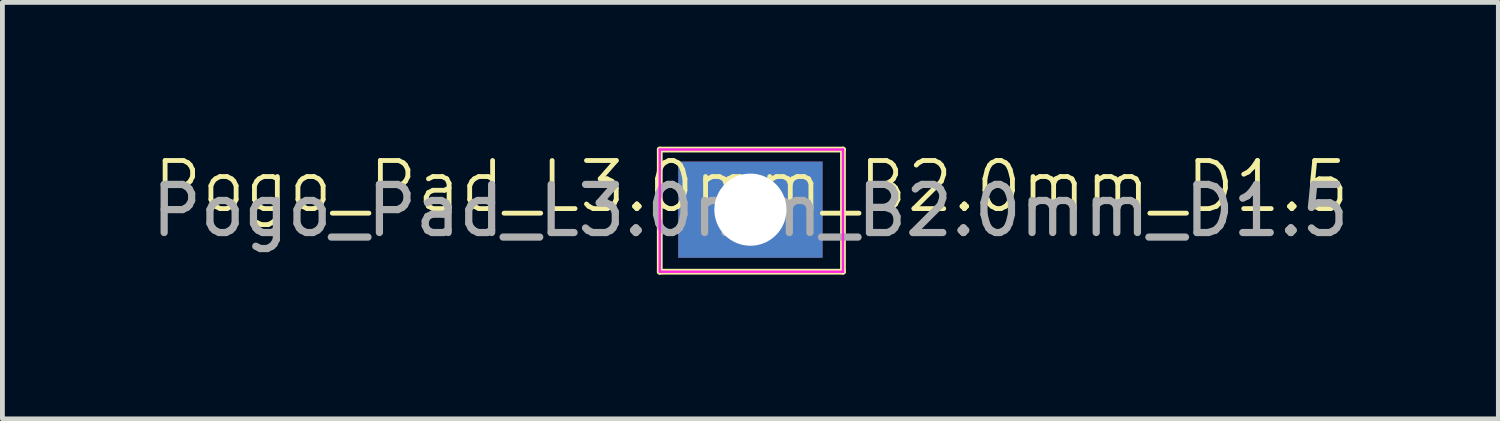
<source format=kicad_pcb>
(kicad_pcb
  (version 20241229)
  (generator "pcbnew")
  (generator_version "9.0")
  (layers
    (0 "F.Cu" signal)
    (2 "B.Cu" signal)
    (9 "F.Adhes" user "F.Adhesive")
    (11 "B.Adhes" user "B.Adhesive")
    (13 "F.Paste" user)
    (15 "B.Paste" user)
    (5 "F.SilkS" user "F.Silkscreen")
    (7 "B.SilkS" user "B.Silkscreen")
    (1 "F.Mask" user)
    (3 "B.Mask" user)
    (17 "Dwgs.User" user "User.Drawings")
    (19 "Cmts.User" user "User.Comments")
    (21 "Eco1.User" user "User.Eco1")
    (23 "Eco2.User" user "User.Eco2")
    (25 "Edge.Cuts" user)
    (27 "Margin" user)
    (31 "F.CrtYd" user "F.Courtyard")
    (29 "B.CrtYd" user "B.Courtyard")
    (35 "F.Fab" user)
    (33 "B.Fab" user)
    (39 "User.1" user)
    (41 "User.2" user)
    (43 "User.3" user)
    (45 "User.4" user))
  (footprint "Pogo_Pad_L3.0mm_B2.0mm_D1.5"
    (layer "F.Cu")
    (at 12.574 1.33)
    (property "Reference" "Pogo_Pad_L3.0mm_B2.0mm_D1.5" (at 0 -0.5 0) (unlocked yes) (layer "F.SilkS") (effects (font (size 1 1) (thickness 0.1))))
    (attr through_hole)
    (fp_line (start -1.905 -1.27) (end 1.905 -1.27) (stroke (width 0.12) (type solid)) (layer "F.SilkS"))
    (fp_line (start -1.905 1.27) (end -1.905 -1.27) (stroke (width 0.12) (type solid)) (layer "F.SilkS"))
    (fp_line (start 1.905 -1.27) (end 1.905 1.27) (stroke (width 0.12) (type solid)) (layer "F.SilkS"))
    (fp_line (start 1.905 1.27) (end -1.905 1.27) (stroke (width 0.12) (type solid)) (layer "F.SilkS"))
    (fp_line (start -1.905 -1.27) (end -1.905 1.27) (stroke (width 0.05) (type solid)) (layer "F.CrtYd"))
    (fp_line (start -1.905 -1.27) (end 1.905 -1.27) (stroke (width 0.05) (type solid)) (layer "F.CrtYd"))
    (fp_line (start 1.905 1.27) (end -1.905 1.27) (stroke (width 0.05) (type solid)) (layer "F.CrtYd"))
    (fp_line (start 1.905 1.27) (end 1.905 -1.27) (stroke (width 0.05) (type solid)) (layer "F.CrtYd"))
    (fp_text user "${REFERENCE}" (at -0.02 0 0) (layer "F.Fab") (effects (font (size 1 1) (thickness 0.15))))
    (pad "1" thru_hole rect (at -0.02 -0.02) (size 3 2) (drill 1.5) (layers "*.Cu" "*.Mask")))
  (gr_rect
    (start -3 -3)
    (end 28.107 5.66)
    (stroke (width 0.1) (type default))
    (fill no)
    (layer "Edge.Cuts")))
</source>
